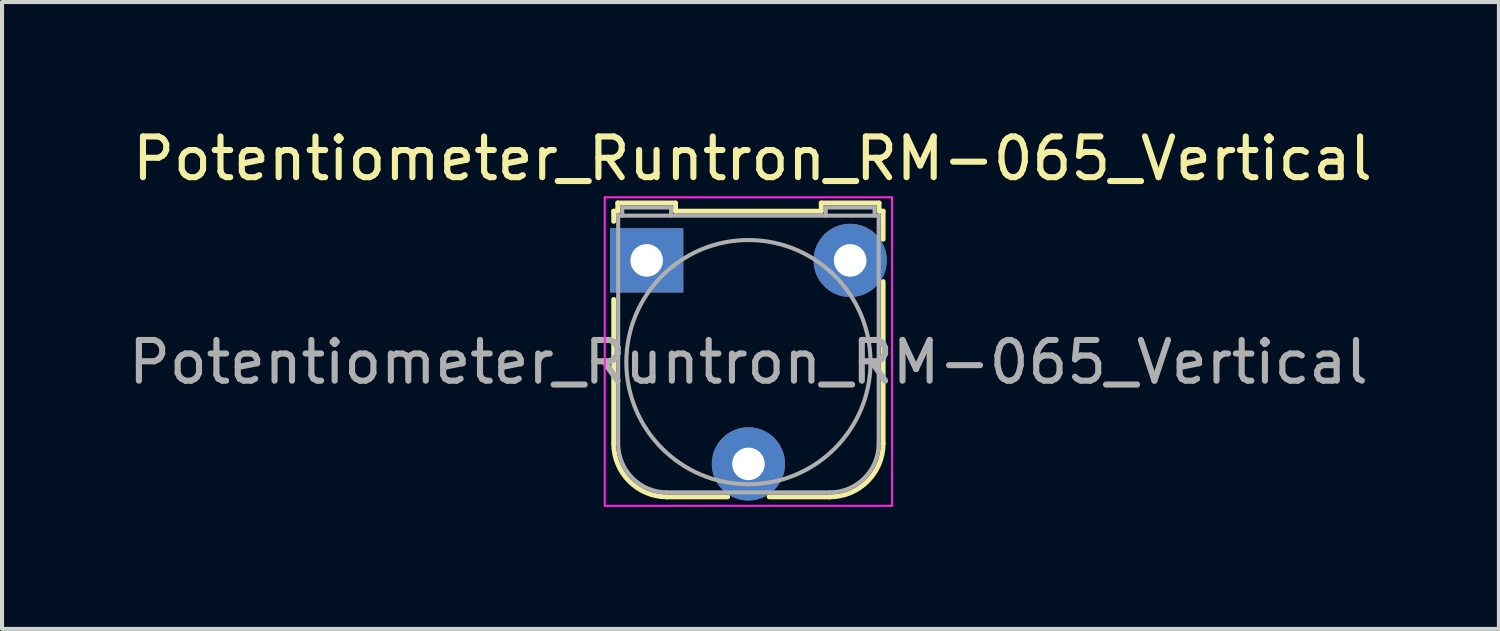
<source format=kicad_pcb>
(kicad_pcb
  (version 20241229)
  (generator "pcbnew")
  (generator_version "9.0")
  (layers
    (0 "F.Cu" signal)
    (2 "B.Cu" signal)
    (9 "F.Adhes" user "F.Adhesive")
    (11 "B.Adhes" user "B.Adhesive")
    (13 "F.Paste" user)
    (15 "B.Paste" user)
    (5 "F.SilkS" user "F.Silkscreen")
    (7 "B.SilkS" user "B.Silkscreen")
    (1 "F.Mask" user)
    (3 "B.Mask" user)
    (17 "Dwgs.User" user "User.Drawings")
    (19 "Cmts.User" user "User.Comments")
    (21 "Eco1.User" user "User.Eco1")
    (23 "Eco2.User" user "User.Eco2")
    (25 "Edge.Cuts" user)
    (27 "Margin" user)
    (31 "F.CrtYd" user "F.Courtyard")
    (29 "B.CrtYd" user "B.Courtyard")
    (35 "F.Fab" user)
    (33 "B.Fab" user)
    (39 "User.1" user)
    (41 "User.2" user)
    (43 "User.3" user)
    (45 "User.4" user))
  (footprint "Potentiometer_Runtron_RM-065_Vertical"
    (layer "F.Cu")
    (at 12.839 3.348)
    (property "Reference" "Potentiometer_Runtron_RM-065_Vertical" (at 2.6 -2.5 180) (layer "F.SilkS") (effects (font (size 1 1) (thickness 0.15))))
    (attr through_hole)
    (fp_line (start -0.81 -1.21) (end -0.81 -0.96) (stroke (width 0.12) (type solid)) (layer "F.SilkS"))
    (fp_line (start -0.81 4.5) (end -0.81 0.96) (stroke (width 0.12) (type solid)) (layer "F.SilkS"))
    (fp_line (start -0.71 -1.41) (end -0.71 -1.21) (stroke (width 0.12) (type solid)) (layer "F.SilkS"))
    (fp_line (start -0.71 -1.41) (end 0.71 -1.41) (stroke (width 0.12) (type solid)) (layer "F.SilkS"))
    (fp_line (start -0.71 -1.21) (end -0.81 -1.21) (stroke (width 0.12) (type solid)) (layer "F.SilkS"))
    (fp_line (start 0.71 -1.21) (end 0.71 -1.41) (stroke (width 0.12) (type solid)) (layer "F.SilkS"))
    (fp_line (start 0.71 -1.21) (end 4.29 -1.21) (stroke (width 0.12) (type solid)) (layer "F.SilkS"))
    (fp_line (start 1.99 5.81) (end 0.5 5.81) (stroke (width 0.12) (type solid)) (layer "F.SilkS"))
    (fp_line (start 4.29 -1.41) (end 5.71 -1.41) (stroke (width 0.12) (type solid)) (layer "F.SilkS"))
    (fp_line (start 4.29 -1.21) (end 4.29 -1.41) (stroke (width 0.12) (type solid)) (layer "F.SilkS"))
    (fp_line (start 4.5 5.81) (end 3.01 5.81) (stroke (width 0.12) (type solid)) (layer "F.SilkS"))
    (fp_line (start 5.71 -1.41) (end 5.71 -1.21) (stroke (width 0.12) (type solid)) (layer "F.SilkS"))
    (fp_line (start 5.71 -1.21) (end 5.81 -1.21) (stroke (width 0.12) (type solid)) (layer "F.SilkS"))
    (fp_line (start 5.81 -1.21) (end 5.81 -0.52) (stroke (width 0.12) (type solid)) (layer "F.SilkS"))
    (fp_line (start 5.81 0.52) (end 5.81 4.5) (stroke (width 0.12) (type solid)) (layer "F.SilkS"))
    (fp_arc (start 0.5 5.81) (mid -0.42631 5.42631) (end -0.81 4.5) (stroke (width 0.12) (type solid)) (layer "F.SilkS"))
    (fp_arc (start 5.81 4.5) (mid 5.42631 5.42631) (end 4.5 5.81) (stroke (width 0.12) (type solid)) (layer "F.SilkS"))
    (fp_line (start -1.03 -1.55) (end -1.03 6.03) (stroke (width 0.05) (type solid)) (layer "F.CrtYd"))
    (fp_line (start -1.03 -1.55) (end 6.03 -1.55) (stroke (width 0.05) (type solid)) (layer "F.CrtYd"))
    (fp_line (start 6.03 6.03) (end -1.03 6.03) (stroke (width 0.05) (type solid)) (layer "F.CrtYd"))
    (fp_line (start 6.03 6.03) (end 6.03 -1.55) (stroke (width 0.05) (type solid)) (layer "F.CrtYd"))
    (fp_line (start -0.7 4.5) (end -0.7 -1.1) (stroke (width 0.1) (type solid)) (layer "F.Fab"))
    (fp_line (start -0.6 -1.3) (end 0.6 -1.3) (stroke (width 0.1) (type solid)) (layer "F.Fab"))
    (fp_line (start -0.6 -1.1) (end -0.6 -1.3) (stroke (width 0.1) (type solid)) (layer "F.Fab"))
    (fp_line (start 0.5 5.7) (end 4.5 5.7) (stroke (width 0.1) (type solid)) (layer "F.Fab"))
    (fp_line (start 0.6 -1.3) (end 0.6 -1.1) (stroke (width 0.1) (type solid)) (layer "F.Fab"))
    (fp_line (start 4.4 -1.3) (end 4.4 -1.1) (stroke (width 0.1) (type solid)) (layer "F.Fab"))
    (fp_line (start 5.6 -1.3) (end 4.41 -1.3) (stroke (width 0.1) (type solid)) (layer "F.Fab"))
    (fp_line (start 5.6 -1.1) (end 5.6 -1.3) (stroke (width 0.1) (type solid)) (layer "F.Fab"))
    (fp_line (start 5.7 -1.1) (end -0.7 -1.1) (stroke (width 0.1) (type solid)) (layer "F.Fab"))
    (fp_line (start 5.7 4.5) (end 5.7 -1.1) (stroke (width 0.1) (type solid)) (layer "F.Fab"))
    (fp_arc (start 0.5 5.7) (mid -0.348528 5.348528) (end -0.7 4.5) (stroke (width 0.1) (type solid)) (layer "F.Fab"))
    (fp_arc (start 5.7 4.5) (mid 5.348528 5.348528) (end 4.5 5.7) (stroke (width 0.1) (type solid)) (layer "F.Fab"))
    (fp_circle (center 2.5 2.5) (end 5.5 2.5) (stroke (width 0.1) (type solid)) (fill no) (layer "F.Fab"))
    (fp_text user "${REFERENCE}" (at 2.5 2.5 180) (layer "F.Fab") (effects (font (size 1 1) (thickness 0.15))))
    (pad "1" thru_hole rect (at 0 0) (size 1.8 1.58) (drill 0.8) (layers "*.Cu" "*.Mask"))
    (pad "2" thru_hole circle (at 2.5 5) (size 1.8 1.8) (drill 0.8) (layers "*.Cu" "*.Mask"))
    (pad "3" thru_hole circle (at 5 0) (size 1.8 1.8) (drill 0.8) (layers "*.Cu" "*.Mask")))
  (gr_rect
    (start -3 -3)
    (end 33.779 12.403)
    (stroke (width 0.1) (type default))
    (fill no)
    (layer "Edge.Cuts")))
</source>
